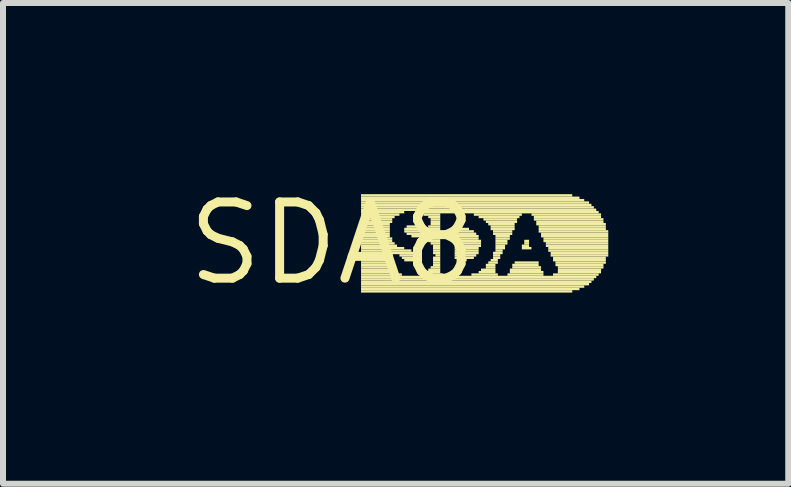
<source format=kicad_pcb>
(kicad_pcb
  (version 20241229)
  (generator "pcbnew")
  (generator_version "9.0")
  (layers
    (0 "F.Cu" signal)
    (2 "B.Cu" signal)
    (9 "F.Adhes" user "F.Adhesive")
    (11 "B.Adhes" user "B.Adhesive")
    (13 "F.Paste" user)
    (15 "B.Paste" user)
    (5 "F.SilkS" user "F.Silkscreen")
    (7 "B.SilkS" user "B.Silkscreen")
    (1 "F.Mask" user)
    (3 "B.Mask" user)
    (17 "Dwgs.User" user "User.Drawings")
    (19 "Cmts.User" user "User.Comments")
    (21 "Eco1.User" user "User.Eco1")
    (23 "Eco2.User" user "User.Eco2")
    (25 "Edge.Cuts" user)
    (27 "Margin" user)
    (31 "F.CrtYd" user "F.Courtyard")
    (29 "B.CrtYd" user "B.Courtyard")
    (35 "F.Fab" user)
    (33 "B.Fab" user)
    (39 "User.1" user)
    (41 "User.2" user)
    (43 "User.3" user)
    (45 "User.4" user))
  (footprint "SDA8"
    (layer "F.Cu")
    (at 2.487 1.006)
    (property "Reference" "SDA8" (at 0 0 0) (layer "F.SilkS") (effects (font (size 1.27 1.27) (thickness 0.15))))
    (attr through_hole)
    (fp_poly (pts (xy 0.48 -0.78) (xy 4 -0.78) (xy 4 -0.82) (xy 0.48 -0.82)) (stroke (width 0) (type solid)) (fill yes) (layer "F.SilkS"))
    (fp_poly (pts (xy 0.48 -0.74) (xy 4.12 -0.74) (xy 4.12 -0.78) (xy 0.48 -0.78)) (stroke (width 0) (type solid)) (fill yes) (layer "F.SilkS"))
    (fp_poly (pts (xy 0.48 -0.7) (xy 4.2 -0.7) (xy 4.2 -0.74) (xy 0.48 -0.74)) (stroke (width 0) (type solid)) (fill yes) (layer "F.SilkS"))
    (fp_poly (pts (xy 0.48 -0.66) (xy 4.28 -0.66) (xy 4.28 -0.7) (xy 0.48 -0.7)) (stroke (width 0) (type solid)) (fill yes) (layer "F.SilkS"))
    (fp_poly (pts (xy 0.48 -0.62) (xy 4.32 -0.62) (xy 4.32 -0.66) (xy 0.48 -0.66)) (stroke (width 0) (type solid)) (fill yes) (layer "F.SilkS"))
    (fp_poly (pts (xy 0.48 -0.58) (xy 4.36 -0.58) (xy 4.36 -0.62) (xy 0.48 -0.62)) (stroke (width 0) (type solid)) (fill yes) (layer "F.SilkS"))
    (fp_poly (pts (xy 0.48 -0.54) (xy 4.4 -0.54) (xy 4.4 -0.58) (xy 0.48 -0.58)) (stroke (width 0) (type solid)) (fill yes) (layer "F.SilkS"))
    (fp_poly (pts (xy 0.48 -0.5) (xy 1.2 -0.5) (xy 1.2 -0.54) (xy 0.48 -0.54)) (stroke (width 0) (type solid)) (fill yes) (layer "F.SilkS"))
    (fp_poly (pts (xy 0.48 -0.46) (xy 1.12 -0.46) (xy 1.12 -0.5) (xy 0.48 -0.5)) (stroke (width 0) (type solid)) (fill yes) (layer "F.SilkS"))
    (fp_poly (pts (xy 0.48 -0.42) (xy 1.04 -0.42) (xy 1.04 -0.46) (xy 0.48 -0.46)) (stroke (width 0) (type solid)) (fill yes) (layer "F.SilkS"))
    (fp_poly (pts (xy 0.48 -0.38) (xy 1 -0.38) (xy 1 -0.42) (xy 0.48 -0.42)) (stroke (width 0) (type solid)) (fill yes) (layer "F.SilkS"))
    (fp_poly (pts (xy 0.48 -0.34) (xy 1 -0.34) (xy 1 -0.38) (xy 0.48 -0.38)) (stroke (width 0) (type solid)) (fill yes) (layer "F.SilkS"))
    (fp_poly (pts (xy 0.48 -0.3) (xy 0.96 -0.3) (xy 0.96 -0.34) (xy 0.48 -0.34)) (stroke (width 0) (type solid)) (fill yes) (layer "F.SilkS"))
    (fp_poly (pts (xy 0.48 -0.26) (xy 0.96 -0.26) (xy 0.96 -0.3) (xy 0.48 -0.3)) (stroke (width 0) (type solid)) (fill yes) (layer "F.SilkS"))
    (fp_poly (pts (xy 0.48 -0.22) (xy 0.96 -0.22) (xy 0.96 -0.26) (xy 0.48 -0.26)) (stroke (width 0) (type solid)) (fill yes) (layer "F.SilkS"))
    (fp_poly (pts (xy 0.48 -0.18) (xy 0.96 -0.18) (xy 0.96 -0.22) (xy 0.48 -0.22)) (stroke (width 0) (type solid)) (fill yes) (layer "F.SilkS"))
    (fp_poly (pts (xy 0.48 -0.14) (xy 0.96 -0.14) (xy 0.96 -0.18) (xy 0.48 -0.18)) (stroke (width 0) (type solid)) (fill yes) (layer "F.SilkS"))
    (fp_poly (pts (xy 0.48 -0.1) (xy 0.96 -0.1) (xy 0.96 -0.14) (xy 0.48 -0.14)) (stroke (width 0) (type solid)) (fill yes) (layer "F.SilkS"))
    (fp_poly (pts (xy 0.48 -0.06) (xy 1 -0.06) (xy 1 -0.1) (xy 0.48 -0.1)) (stroke (width 0) (type solid)) (fill yes) (layer "F.SilkS"))
    (fp_poly (pts (xy 0.48 -0.02) (xy 1 -0.02) (xy 1 -0.06) (xy 0.48 -0.06)) (stroke (width 0) (type solid)) (fill yes) (layer "F.SilkS"))
    (fp_poly (pts (xy 0.48 0.02) (xy 1.04 0.02) (xy 1.04 -0.02) (xy 0.48 -0.02)) (stroke (width 0) (type solid)) (fill yes) (layer "F.SilkS"))
    (fp_poly (pts (xy 0.48 0.06) (xy 1.08 0.06) (xy 1.08 0.02) (xy 0.48 0.02)) (stroke (width 0) (type solid)) (fill yes) (layer "F.SilkS"))
    (fp_poly (pts (xy 0.48 0.1) (xy 1.2 0.1) (xy 1.2 0.06) (xy 0.48 0.06)) (stroke (width 0) (type solid)) (fill yes) (layer "F.SilkS"))
    (fp_poly (pts (xy 0.48 0.14) (xy 1.32 0.14) (xy 1.32 0.1) (xy 0.48 0.1)) (stroke (width 0) (type solid)) (fill yes) (layer "F.SilkS"))
    (fp_poly (pts (xy 0.48 0.18) (xy 1.44 0.18) (xy 1.44 0.14) (xy 0.48 0.14)) (stroke (width 0) (type solid)) (fill yes) (layer "F.SilkS"))
    (fp_poly (pts (xy 0.48 0.22) (xy 1 0.22) (xy 1 0.18) (xy 0.48 0.18)) (stroke (width 0) (type solid)) (fill yes) (layer "F.SilkS"))
    (fp_poly (pts (xy 0.48 0.26) (xy 0.96 0.26) (xy 0.96 0.22) (xy 0.48 0.22)) (stroke (width 0) (type solid)) (fill yes) (layer "F.SilkS"))
    (fp_poly (pts (xy 0.48 0.3) (xy 0.96 0.3) (xy 0.96 0.26) (xy 0.48 0.26)) (stroke (width 0) (type solid)) (fill yes) (layer "F.SilkS"))
    (fp_poly (pts (xy 0.48 0.34) (xy 0.96 0.34) (xy 0.96 0.3) (xy 0.48 0.3)) (stroke (width 0) (type solid)) (fill yes) (layer "F.SilkS"))
    (fp_poly (pts (xy 0.48 0.38) (xy 0.96 0.38) (xy 0.96 0.34) (xy 0.48 0.34)) (stroke (width 0) (type solid)) (fill yes) (layer "F.SilkS"))
    (fp_poly (pts (xy 0.48 0.42) (xy 1 0.42) (xy 1 0.38) (xy 0.48 0.38)) (stroke (width 0) (type solid)) (fill yes) (layer "F.SilkS"))
    (fp_poly (pts (xy 0.48 0.46) (xy 1 0.46) (xy 1 0.42) (xy 0.48 0.42)) (stroke (width 0) (type solid)) (fill yes) (layer "F.SilkS"))
    (fp_poly (pts (xy 0.48 0.5) (xy 1.08 0.5) (xy 1.08 0.46) (xy 0.48 0.46)) (stroke (width 0) (type solid)) (fill yes) (layer "F.SilkS"))
    (fp_poly (pts (xy 0.48 0.54) (xy 1.16 0.54) (xy 1.16 0.5) (xy 0.48 0.5)) (stroke (width 0) (type solid)) (fill yes) (layer "F.SilkS"))
    (fp_poly (pts (xy 0.48 0.58) (xy 4.4 0.58) (xy 4.4 0.54) (xy 0.48 0.54)) (stroke (width 0) (type solid)) (fill yes) (layer "F.SilkS"))
    (fp_poly (pts (xy 0.48 0.62) (xy 4.36 0.62) (xy 4.36 0.58) (xy 0.48 0.58)) (stroke (width 0) (type solid)) (fill yes) (layer "F.SilkS"))
    (fp_poly (pts (xy 0.48 0.66) (xy 4.32 0.66) (xy 4.32 0.62) (xy 0.48 0.62)) (stroke (width 0) (type solid)) (fill yes) (layer "F.SilkS"))
    (fp_poly (pts (xy 0.48 0.7) (xy 4.28 0.7) (xy 4.28 0.66) (xy 0.48 0.66)) (stroke (width 0) (type solid)) (fill yes) (layer "F.SilkS"))
    (fp_poly (pts (xy 0.48 0.74) (xy 4.2 0.74) (xy 4.2 0.7) (xy 0.48 0.7)) (stroke (width 0) (type solid)) (fill yes) (layer "F.SilkS"))
    (fp_poly (pts (xy 0.48 0.78) (xy 4.12 0.78) (xy 4.12 0.74) (xy 0.48 0.74)) (stroke (width 0) (type solid)) (fill yes) (layer "F.SilkS"))
    (fp_poly (pts (xy 0.48 0.82) (xy 4 0.82) (xy 4 0.78) (xy 0.48 0.78)) (stroke (width 0) (type solid)) (fill yes) (layer "F.SilkS"))
    (fp_poly (pts (xy 1.12 0.22) (xy 1.44 0.22) (xy 1.44 0.18) (xy 1.12 0.18)) (stroke (width 0) (type solid)) (fill yes) (layer "F.SilkS"))
    (fp_poly (pts (xy 1.16 0.26) (xy 1.44 0.26) (xy 1.44 0.22) (xy 1.16 0.22)) (stroke (width 0) (type solid)) (fill yes) (layer "F.SilkS"))
    (fp_poly (pts (xy 1.2 -0.22) (xy 1.44 -0.22) (xy 1.44 -0.26) (xy 1.2 -0.26)) (stroke (width 0) (type solid)) (fill yes) (layer "F.SilkS"))
    (fp_poly (pts (xy 1.2 -0.18) (xy 1.8 -0.18) (xy 1.8 -0.22) (xy 1.2 -0.22)) (stroke (width 0) (type solid)) (fill yes) (layer "F.SilkS"))
    (fp_poly (pts (xy 1.2 0.3) (xy 1.44 0.3) (xy 1.44 0.26) (xy 1.2 0.26)) (stroke (width 0) (type solid)) (fill yes) (layer "F.SilkS"))
    (fp_poly (pts (xy 1.24 -0.26) (xy 1.4 -0.26) (xy 1.4 -0.3) (xy 1.24 -0.3)) (stroke (width 0) (type solid)) (fill yes) (layer "F.SilkS"))
    (fp_poly (pts (xy 1.24 -0.14) (xy 1.8 -0.14) (xy 1.8 -0.18) (xy 1.24 -0.18)) (stroke (width 0) (type solid)) (fill yes) (layer "F.SilkS"))
    (fp_poly (pts (xy 1.32 -0.1) (xy 1.8 -0.1) (xy 1.8 -0.14) (xy 1.32 -0.14)) (stroke (width 0) (type solid)) (fill yes) (layer "F.SilkS"))
    (fp_poly (pts (xy 1.4 -0.5) (xy 4.44 -0.5) (xy 4.44 -0.54) (xy 1.4 -0.54)) (stroke (width 0) (type solid)) (fill yes) (layer "F.SilkS"))
    (fp_poly (pts (xy 1.48 -0.06) (xy 1.8 -0.06) (xy 1.8 -0.1) (xy 1.48 -0.1)) (stroke (width 0) (type solid)) (fill yes) (layer "F.SilkS"))
    (fp_poly (pts (xy 1.48 0.54) (xy 1.84 0.54) (xy 1.84 0.5) (xy 1.48 0.5)) (stroke (width 0) (type solid)) (fill yes) (layer "F.SilkS"))
    (fp_poly (pts (xy 1.52 -0.46) (xy 1.8 -0.46) (xy 1.8 -0.5) (xy 1.52 -0.5)) (stroke (width 0) (type solid)) (fill yes) (layer "F.SilkS"))
    (fp_poly (pts (xy 1.56 -0.22) (xy 1.8 -0.22) (xy 1.8 -0.26) (xy 1.56 -0.26)) (stroke (width 0) (type solid)) (fill yes) (layer "F.SilkS"))
    (fp_poly (pts (xy 1.56 0.5) (xy 1.8 0.5) (xy 1.8 0.46) (xy 1.56 0.46)) (stroke (width 0) (type solid)) (fill yes) (layer "F.SilkS"))
    (fp_poly (pts (xy 1.6 -0.42) (xy 1.8 -0.42) (xy 1.8 -0.46) (xy 1.6 -0.46)) (stroke (width 0) (type solid)) (fill yes) (layer "F.SilkS"))
    (fp_poly (pts (xy 1.6 -0.26) (xy 1.8 -0.26) (xy 1.8 -0.3) (xy 1.6 -0.3)) (stroke (width 0) (type solid)) (fill yes) (layer "F.SilkS"))
    (fp_poly (pts (xy 1.6 -0.02) (xy 1.8 -0.02) (xy 1.8 -0.06) (xy 1.6 -0.06)) (stroke (width 0) (type solid)) (fill yes) (layer "F.SilkS"))
    (fp_poly (pts (xy 1.6 0.46) (xy 1.8 0.46) (xy 1.8 0.42) (xy 1.6 0.42)) (stroke (width 0) (type solid)) (fill yes) (layer "F.SilkS"))
    (fp_poly (pts (xy 1.64 -0.38) (xy 1.8 -0.38) (xy 1.8 -0.42) (xy 1.64 -0.42)) (stroke (width 0) (type solid)) (fill yes) (layer "F.SilkS"))
    (fp_poly (pts (xy 1.64 -0.34) (xy 1.8 -0.34) (xy 1.8 -0.38) (xy 1.64 -0.38)) (stroke (width 0) (type solid)) (fill yes) (layer "F.SilkS"))
    (fp_poly (pts (xy 1.64 -0.3) (xy 1.8 -0.3) (xy 1.8 -0.34) (xy 1.64 -0.34)) (stroke (width 0) (type solid)) (fill yes) (layer "F.SilkS"))
    (fp_poly (pts (xy 1.64 0.02) (xy 1.8 0.02) (xy 1.8 -0.02) (xy 1.64 -0.02)) (stroke (width 0) (type solid)) (fill yes) (layer "F.SilkS"))
    (fp_poly (pts (xy 1.64 0.42) (xy 1.8 0.42) (xy 1.8 0.38) (xy 1.64 0.38)) (stroke (width 0) (type solid)) (fill yes) (layer "F.SilkS"))
    (fp_poly (pts (xy 1.68 0.06) (xy 1.8 0.06) (xy 1.8 0.02) (xy 1.68 0.02)) (stroke (width 0) (type solid)) (fill yes) (layer "F.SilkS"))
    (fp_poly (pts (xy 1.68 0.1) (xy 1.8 0.1) (xy 1.8 0.06) (xy 1.68 0.06)) (stroke (width 0) (type solid)) (fill yes) (layer "F.SilkS"))
    (fp_poly (pts (xy 1.68 0.14) (xy 1.8 0.14) (xy 1.8 0.1) (xy 1.68 0.1)) (stroke (width 0) (type solid)) (fill yes) (layer "F.SilkS"))
    (fp_poly (pts (xy 1.68 0.18) (xy 1.8 0.18) (xy 1.8 0.14) (xy 1.68 0.14)) (stroke (width 0) (type solid)) (fill yes) (layer "F.SilkS"))
    (fp_poly (pts (xy 1.68 0.26) (xy 1.8 0.26) (xy 1.8 0.22) (xy 1.68 0.22)) (stroke (width 0) (type solid)) (fill yes) (layer "F.SilkS"))
    (fp_poly (pts (xy 1.68 0.3) (xy 1.8 0.3) (xy 1.8 0.26) (xy 1.68 0.26)) (stroke (width 0) (type solid)) (fill yes) (layer "F.SilkS"))
    (fp_poly (pts (xy 1.68 0.34) (xy 1.8 0.34) (xy 1.8 0.3) (xy 1.68 0.3)) (stroke (width 0) (type solid)) (fill yes) (layer "F.SilkS"))
    (fp_poly (pts (xy 1.68 0.38) (xy 1.8 0.38) (xy 1.8 0.34) (xy 1.68 0.34)) (stroke (width 0) (type solid)) (fill yes) (layer "F.SilkS"))
    (fp_poly (pts (xy 1.72 0.22) (xy 1.8 0.22) (xy 1.8 0.18) (xy 1.72 0.18)) (stroke (width 0) (type solid)) (fill yes) (layer "F.SilkS"))
    (fp_poly (pts (xy 2.04 -0.22) (xy 2.28 -0.22) (xy 2.28 -0.26) (xy 2.04 -0.26)) (stroke (width 0) (type solid)) (fill yes) (layer "F.SilkS"))
    (fp_poly (pts (xy 2.04 -0.18) (xy 2.36 -0.18) (xy 2.36 -0.22) (xy 2.04 -0.22)) (stroke (width 0) (type solid)) (fill yes) (layer "F.SilkS"))
    (fp_poly (pts (xy 2.04 -0.14) (xy 2.4 -0.14) (xy 2.4 -0.18) (xy 2.04 -0.18)) (stroke (width 0) (type solid)) (fill yes) (layer "F.SilkS"))
    (fp_poly (pts (xy 2.04 -0.1) (xy 2.44 -0.1) (xy 2.44 -0.14) (xy 2.04 -0.14)) (stroke (width 0) (type solid)) (fill yes) (layer "F.SilkS"))
    (fp_poly (pts (xy 2.04 -0.06) (xy 2.44 -0.06) (xy 2.44 -0.1) (xy 2.04 -0.1)) (stroke (width 0) (type solid)) (fill yes) (layer "F.SilkS"))
    (fp_poly (pts (xy 2.04 -0.02) (xy 2.48 -0.02) (xy 2.48 -0.06) (xy 2.04 -0.06)) (stroke (width 0) (type solid)) (fill yes) (layer "F.SilkS"))
    (fp_poly (pts (xy 2.04 0.02) (xy 2.48 0.02) (xy 2.48 -0.02) (xy 2.04 -0.02)) (stroke (width 0) (type solid)) (fill yes) (layer "F.SilkS"))
    (fp_poly (pts (xy 2.04 0.06) (xy 2.48 0.06) (xy 2.48 0.02) (xy 2.04 0.02)) (stroke (width 0) (type solid)) (fill yes) (layer "F.SilkS"))
    (fp_poly (pts (xy 2.04 0.1) (xy 2.44 0.1) (xy 2.44 0.06) (xy 2.04 0.06)) (stroke (width 0) (type solid)) (fill yes) (layer "F.SilkS"))
    (fp_poly (pts (xy 2.04 0.14) (xy 2.44 0.14) (xy 2.44 0.1) (xy 2.04 0.1)) (stroke (width 0) (type solid)) (fill yes) (layer "F.SilkS"))
    (fp_poly (pts (xy 2.04 0.18) (xy 2.44 0.18) (xy 2.44 0.14) (xy 2.04 0.14)) (stroke (width 0) (type solid)) (fill yes) (layer "F.SilkS"))
    (fp_poly (pts (xy 2.04 0.22) (xy 2.4 0.22) (xy 2.4 0.18) (xy 2.04 0.18)) (stroke (width 0) (type solid)) (fill yes) (layer "F.SilkS"))
    (fp_poly (pts (xy 2.04 0.26) (xy 2.36 0.26) (xy 2.36 0.22) (xy 2.04 0.22)) (stroke (width 0) (type solid)) (fill yes) (layer "F.SilkS"))
    (fp_poly (pts (xy 2.08 0.3) (xy 2.24 0.3) (xy 2.24 0.26) (xy 2.08 0.26)) (stroke (width 0) (type solid)) (fill yes) (layer "F.SilkS"))
    (fp_poly (pts (xy 2.32 0.54) (xy 2.76 0.54) (xy 2.76 0.5) (xy 2.32 0.5)) (stroke (width 0) (type solid)) (fill yes) (layer "F.SilkS"))
    (fp_poly (pts (xy 2.36 -0.46) (xy 3.16 -0.46) (xy 3.16 -0.5) (xy 2.36 -0.5)) (stroke (width 0) (type solid)) (fill yes) (layer "F.SilkS"))
    (fp_poly (pts (xy 2.44 -0.42) (xy 3.12 -0.42) (xy 3.12 -0.46) (xy 2.44 -0.46)) (stroke (width 0) (type solid)) (fill yes) (layer "F.SilkS"))
    (fp_poly (pts (xy 2.44 0.5) (xy 2.72 0.5) (xy 2.72 0.46) (xy 2.44 0.46)) (stroke (width 0) (type solid)) (fill yes) (layer "F.SilkS"))
    (fp_poly (pts (xy 2.48 0.46) (xy 2.72 0.46) (xy 2.72 0.42) (xy 2.48 0.42)) (stroke (width 0) (type solid)) (fill yes) (layer "F.SilkS"))
    (fp_poly (pts (xy 2.52 -0.38) (xy 3.08 -0.38) (xy 3.08 -0.42) (xy 2.52 -0.42)) (stroke (width 0) (type solid)) (fill yes) (layer "F.SilkS"))
    (fp_poly (pts (xy 2.56 -0.34) (xy 3.08 -0.34) (xy 3.08 -0.38) (xy 2.56 -0.38)) (stroke (width 0) (type solid)) (fill yes) (layer "F.SilkS"))
    (fp_poly (pts (xy 2.56 0.38) (xy 2.72 0.38) (xy 2.72 0.34) (xy 2.56 0.34)) (stroke (width 0) (type solid)) (fill yes) (layer "F.SilkS"))
    (fp_poly (pts (xy 2.56 0.42) (xy 2.72 0.42) (xy 2.72 0.38) (xy 2.56 0.38)) (stroke (width 0) (type solid)) (fill yes) (layer "F.SilkS"))
    (fp_poly (pts (xy 2.6 -0.3) (xy 3.04 -0.3) (xy 3.04 -0.34) (xy 2.6 -0.34)) (stroke (width 0) (type solid)) (fill yes) (layer "F.SilkS"))
    (fp_poly (pts (xy 2.6 0.34) (xy 2.76 0.34) (xy 2.76 0.3) (xy 2.6 0.3)) (stroke (width 0) (type solid)) (fill yes) (layer "F.SilkS"))
    (fp_poly (pts (xy 2.64 -0.26) (xy 3.04 -0.26) (xy 3.04 -0.3) (xy 2.64 -0.3)) (stroke (width 0) (type solid)) (fill yes) (layer "F.SilkS"))
    (fp_poly (pts (xy 2.64 -0.22) (xy 3.04 -0.22) (xy 3.04 -0.26) (xy 2.64 -0.26)) (stroke (width 0) (type solid)) (fill yes) (layer "F.SilkS"))
    (fp_poly (pts (xy 2.64 0.3) (xy 2.76 0.3) (xy 2.76 0.26) (xy 2.64 0.26)) (stroke (width 0) (type solid)) (fill yes) (layer "F.SilkS"))
    (fp_poly (pts (xy 2.68 -0.18) (xy 3 -0.18) (xy 3 -0.22) (xy 2.68 -0.22)) (stroke (width 0) (type solid)) (fill yes) (layer "F.SilkS"))
    (fp_poly (pts (xy 2.68 -0.14) (xy 3 -0.14) (xy 3 -0.18) (xy 2.68 -0.18)) (stroke (width 0) (type solid)) (fill yes) (layer "F.SilkS"))
    (fp_poly (pts (xy 2.68 0.18) (xy 2.84 0.18) (xy 2.84 0.14) (xy 2.68 0.14)) (stroke (width 0) (type solid)) (fill yes) (layer "F.SilkS"))
    (fp_poly (pts (xy 2.68 0.22) (xy 2.8 0.22) (xy 2.8 0.18) (xy 2.68 0.18)) (stroke (width 0) (type solid)) (fill yes) (layer "F.SilkS"))
    (fp_poly (pts (xy 2.68 0.26) (xy 2.8 0.26) (xy 2.8 0.22) (xy 2.68 0.22)) (stroke (width 0) (type solid)) (fill yes) (layer "F.SilkS"))
    (fp_poly (pts (xy 2.72 -0.1) (xy 2.96 -0.1) (xy 2.96 -0.14) (xy 2.72 -0.14)) (stroke (width 0) (type solid)) (fill yes) (layer "F.SilkS"))
    (fp_poly (pts (xy 2.72 -0.06) (xy 2.96 -0.06) (xy 2.96 -0.1) (xy 2.72 -0.1)) (stroke (width 0) (type solid)) (fill yes) (layer "F.SilkS"))
    (fp_poly (pts (xy 2.72 -0.02) (xy 2.92 -0.02) (xy 2.92 -0.06) (xy 2.72 -0.06)) (stroke (width 0) (type solid)) (fill yes) (layer "F.SilkS"))
    (fp_poly (pts (xy 2.72 0.02) (xy 2.92 0.02) (xy 2.92 -0.02) (xy 2.72 -0.02)) (stroke (width 0) (type solid)) (fill yes) (layer "F.SilkS"))
    (fp_poly (pts (xy 2.72 0.06) (xy 2.88 0.06) (xy 2.88 0.02) (xy 2.72 0.02)) (stroke (width 0) (type solid)) (fill yes) (layer "F.SilkS"))
    (fp_poly (pts (xy 2.72 0.1) (xy 2.88 0.1) (xy 2.88 0.06) (xy 2.72 0.06)) (stroke (width 0) (type solid)) (fill yes) (layer "F.SilkS"))
    (fp_poly (pts (xy 2.72 0.14) (xy 2.84 0.14) (xy 2.84 0.1) (xy 2.72 0.1)) (stroke (width 0) (type solid)) (fill yes) (layer "F.SilkS"))
    (fp_poly (pts (xy 2.92 0.54) (xy 3.52 0.54) (xy 3.52 0.5) (xy 2.92 0.5)) (stroke (width 0) (type solid)) (fill yes) (layer "F.SilkS"))
    (fp_poly (pts (xy 2.96 0.46) (xy 3.48 0.46) (xy 3.48 0.42) (xy 2.96 0.42)) (stroke (width 0) (type solid)) (fill yes) (layer "F.SilkS"))
    (fp_poly (pts (xy 2.96 0.5) (xy 3.52 0.5) (xy 3.52 0.46) (xy 2.96 0.46)) (stroke (width 0) (type solid)) (fill yes) (layer "F.SilkS"))
    (fp_poly (pts (xy 3 0.38) (xy 3.44 0.38) (xy 3.44 0.34) (xy 3 0.34)) (stroke (width 0) (type solid)) (fill yes) (layer "F.SilkS"))
    (fp_poly (pts (xy 3 0.42) (xy 3.48 0.42) (xy 3.48 0.38) (xy 3 0.38)) (stroke (width 0) (type solid)) (fill yes) (layer "F.SilkS"))
    (fp_poly (pts (xy 3.04 0.34) (xy 3.44 0.34) (xy 3.44 0.3) (xy 3.04 0.3)) (stroke (width 0) (type solid)) (fill yes) (layer "F.SilkS"))
    (fp_poly (pts (xy 3.16 0.06) (xy 3.28 0.06) (xy 3.28 0.02) (xy 3.16 0.02)) (stroke (width 0) (type solid)) (fill yes) (layer "F.SilkS"))
    (fp_poly (pts (xy 3.16 0.1) (xy 3.32 0.1) (xy 3.32 0.06) (xy 3.16 0.06)) (stroke (width 0) (type solid)) (fill yes) (layer "F.SilkS"))
    (fp_poly (pts (xy 3.2 -0.02) (xy 3.28 -0.02) (xy 3.28 -0.06) (xy 3.2 -0.06)) (stroke (width 0) (type solid)) (fill yes) (layer "F.SilkS"))
    (fp_poly (pts (xy 3.2 0.02) (xy 3.28 0.02) (xy 3.28 -0.02) (xy 3.2 -0.02)) (stroke (width 0) (type solid)) (fill yes) (layer "F.SilkS"))
    (fp_poly (pts (xy 3.32 -0.46) (xy 4.48 -0.46) (xy 4.48 -0.5) (xy 3.32 -0.5)) (stroke (width 0) (type solid)) (fill yes) (layer "F.SilkS"))
    (fp_poly (pts (xy 3.36 -0.42) (xy 4.48 -0.42) (xy 4.48 -0.46) (xy 3.36 -0.46)) (stroke (width 0) (type solid)) (fill yes) (layer "F.SilkS"))
    (fp_poly (pts (xy 3.36 -0.38) (xy 4.52 -0.38) (xy 4.52 -0.42) (xy 3.36 -0.42)) (stroke (width 0) (type solid)) (fill yes) (layer "F.SilkS"))
    (fp_poly (pts (xy 3.4 -0.34) (xy 4.52 -0.34) (xy 4.52 -0.38) (xy 3.4 -0.38)) (stroke (width 0) (type solid)) (fill yes) (layer "F.SilkS"))
    (fp_poly (pts (xy 3.4 -0.3) (xy 4.56 -0.3) (xy 4.56 -0.34) (xy 3.4 -0.34)) (stroke (width 0) (type solid)) (fill yes) (layer "F.SilkS"))
    (fp_poly (pts (xy 3.44 -0.26) (xy 4.56 -0.26) (xy 4.56 -0.3) (xy 3.44 -0.3)) (stroke (width 0) (type solid)) (fill yes) (layer "F.SilkS"))
    (fp_poly (pts (xy 3.44 -0.22) (xy 4.56 -0.22) (xy 4.56 -0.26) (xy 3.44 -0.26)) (stroke (width 0) (type solid)) (fill yes) (layer "F.SilkS"))
    (fp_poly (pts (xy 3.44 -0.18) (xy 4.6 -0.18) (xy 4.6 -0.22) (xy 3.44 -0.22)) (stroke (width 0) (type solid)) (fill yes) (layer "F.SilkS"))
    (fp_poly (pts (xy 3.48 -0.14) (xy 4.6 -0.14) (xy 4.6 -0.18) (xy 3.48 -0.18)) (stroke (width 0) (type solid)) (fill yes) (layer "F.SilkS"))
    (fp_poly (pts (xy 3.48 -0.1) (xy 4.6 -0.1) (xy 4.6 -0.14) (xy 3.48 -0.14)) (stroke (width 0) (type solid)) (fill yes) (layer "F.SilkS"))
    (fp_poly (pts (xy 3.52 -0.06) (xy 4.6 -0.06) (xy 4.6 -0.1) (xy 3.52 -0.1)) (stroke (width 0) (type solid)) (fill yes) (layer "F.SilkS"))
    (fp_poly (pts (xy 3.52 -0.02) (xy 4.6 -0.02) (xy 4.6 -0.06) (xy 3.52 -0.06)) (stroke (width 0) (type solid)) (fill yes) (layer "F.SilkS"))
    (fp_poly (pts (xy 3.56 0.02) (xy 4.6 0.02) (xy 4.6 -0.02) (xy 3.56 -0.02)) (stroke (width 0) (type solid)) (fill yes) (layer "F.SilkS"))
    (fp_poly (pts (xy 3.56 0.06) (xy 4.6 0.06) (xy 4.6 0.02) (xy 3.56 0.02)) (stroke (width 0) (type solid)) (fill yes) (layer "F.SilkS"))
    (fp_poly (pts (xy 3.6 0.1) (xy 4.6 0.1) (xy 4.6 0.06) (xy 3.6 0.06)) (stroke (width 0) (type solid)) (fill yes) (layer "F.SilkS"))
    (fp_poly (pts (xy 3.6 0.14) (xy 4.6 0.14) (xy 4.6 0.1) (xy 3.6 0.1)) (stroke (width 0) (type solid)) (fill yes) (layer "F.SilkS"))
    (fp_poly (pts (xy 3.64 0.18) (xy 4.6 0.18) (xy 4.6 0.14) (xy 3.64 0.14)) (stroke (width 0) (type solid)) (fill yes) (layer "F.SilkS"))
    (fp_poly (pts (xy 3.64 0.22) (xy 4.6 0.22) (xy 4.6 0.18) (xy 3.64 0.18)) (stroke (width 0) (type solid)) (fill yes) (layer "F.SilkS"))
    (fp_poly (pts (xy 3.68 0.26) (xy 4.56 0.26) (xy 4.56 0.22) (xy 3.68 0.22)) (stroke (width 0) (type solid)) (fill yes) (layer "F.SilkS"))
    (fp_poly (pts (xy 3.68 0.3) (xy 4.56 0.3) (xy 4.56 0.26) (xy 3.68 0.26)) (stroke (width 0) (type solid)) (fill yes) (layer "F.SilkS"))
    (fp_poly (pts (xy 3.68 0.54) (xy 4.44 0.54) (xy 4.44 0.5) (xy 3.68 0.5)) (stroke (width 0) (type solid)) (fill yes) (layer "F.SilkS"))
    (fp_poly (pts (xy 3.72 0.34) (xy 4.56 0.34) (xy 4.56 0.3) (xy 3.72 0.3)) (stroke (width 0) (type solid)) (fill yes) (layer "F.SilkS"))
    (fp_poly (pts (xy 3.72 0.38) (xy 4.52 0.38) (xy 4.52 0.34) (xy 3.72 0.34)) (stroke (width 0) (type solid)) (fill yes) (layer "F.SilkS"))
    (fp_poly (pts (xy 3.76 0.42) (xy 4.52 0.42) (xy 4.52 0.38) (xy 3.76 0.38)) (stroke (width 0) (type solid)) (fill yes) (layer "F.SilkS"))
    (fp_poly (pts (xy 3.76 0.46) (xy 4.48 0.46) (xy 4.48 0.42) (xy 3.76 0.42)) (stroke (width 0) (type solid)) (fill yes) (layer "F.SilkS"))
    (fp_poly (pts (xy 3.76 0.5) (xy 4.48 0.5) (xy 4.48 0.46) (xy 3.76 0.46)) (stroke (width 0) (type solid)) (fill yes) (layer "F.SilkS")))
  (gr_rect
    (start -3 -3)
    (end 10.087 5.012)
    (stroke (width 0.1) (type default))
    (fill no)
    (layer "Edge.Cuts")))
</source>
